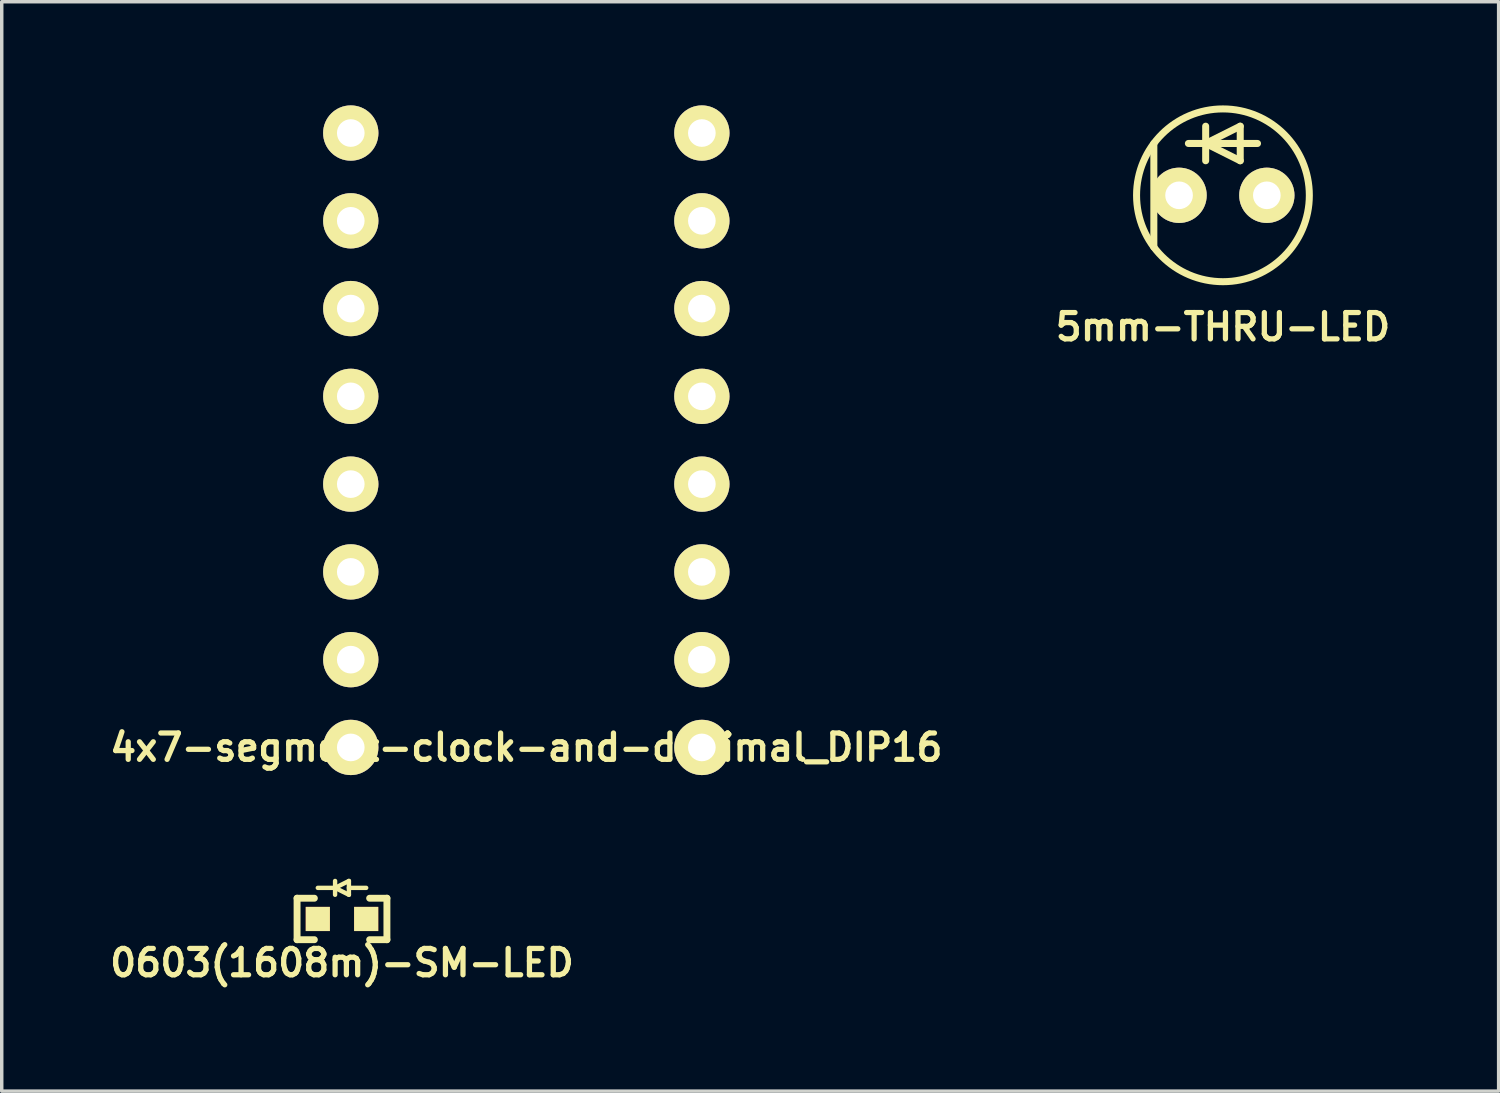
<source format=kicad_pcb>
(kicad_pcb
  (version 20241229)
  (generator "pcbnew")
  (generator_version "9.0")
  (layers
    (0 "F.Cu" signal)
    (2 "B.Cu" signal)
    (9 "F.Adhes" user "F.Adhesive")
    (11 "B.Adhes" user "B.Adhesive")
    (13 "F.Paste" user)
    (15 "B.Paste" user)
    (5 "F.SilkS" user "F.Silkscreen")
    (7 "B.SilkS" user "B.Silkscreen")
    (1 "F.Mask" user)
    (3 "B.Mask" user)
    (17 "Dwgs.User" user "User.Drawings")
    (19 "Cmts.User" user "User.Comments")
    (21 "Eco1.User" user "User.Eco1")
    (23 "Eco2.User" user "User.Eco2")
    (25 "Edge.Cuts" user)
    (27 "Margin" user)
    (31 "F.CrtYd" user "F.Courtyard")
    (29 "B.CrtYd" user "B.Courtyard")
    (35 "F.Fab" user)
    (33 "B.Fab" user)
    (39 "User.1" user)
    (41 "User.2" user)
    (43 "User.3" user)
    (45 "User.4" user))
  (footprint "4x7-segment-clock-and-decimal_DIP16"
    (layer "F.Cu")
    (at 12.181 9.69)
    (property "Reference" "4x7-segment-clock-and-decimal_DIP16" (at 0 8.89 0) (layer "F.SilkS") (effects (font (size 0.762 0.762) (thickness 0.152))))
    (attr through_hole)
    (pad "1" thru_hole circle (at -5.08 -8.89) (size 1.6 1.6) (drill 0.8) (layers "*.Cu" "*.Mask" "F.SilkS"))
    (pad "2" thru_hole circle (at -5.08 -6.35) (size 1.6 1.6) (drill 0.8) (layers "*.Cu" "*.Mask" "F.SilkS"))
    (pad "3" thru_hole circle (at -5.08 -3.81) (size 1.6 1.6) (drill 0.8) (layers "*.Cu" "*.Mask" "F.SilkS"))
    (pad "4" thru_hole circle (at -5.08 -1.27) (size 1.6 1.6) (drill 0.8) (layers "*.Cu" "*.Mask" "F.SilkS"))
    (pad "5" thru_hole circle (at -5.08 1.27) (size 1.6 1.6) (drill 0.8) (layers "*.Cu" "*.Mask" "F.SilkS"))
    (pad "6" thru_hole circle (at -5.08 3.81) (size 1.6 1.6) (drill 0.8) (layers "*.Cu" "*.Mask" "F.SilkS"))
    (pad "7" thru_hole circle (at -5.08 6.35) (size 1.6 1.6) (drill 0.8) (layers "*.Cu" "*.Mask" "F.SilkS"))
    (pad "8" thru_hole circle (at -5.08 8.89) (size 1.6 1.6) (drill 0.8) (layers "*.Cu" "*.Mask" "F.SilkS"))
    (pad "9" thru_hole circle (at 5.08 8.89) (size 1.6 1.6) (drill 0.8) (layers "*.Cu" "*.Mask" "F.SilkS"))
    (pad "10" thru_hole circle (at 5.08 6.35) (size 1.6 1.6) (drill 0.8) (layers "*.Cu" "*.Mask" "F.SilkS"))
    (pad "11" thru_hole circle (at 5.08 3.81) (size 1.6 1.6) (drill 0.8) (layers "*.Cu" "*.Mask" "F.SilkS"))
    (pad "12" thru_hole circle (at 5.08 1.27) (size 1.6 1.6) (drill 0.8) (layers "*.Cu" "*.Mask" "F.SilkS"))
    (pad "13" thru_hole circle (at 5.08 -1.27) (size 1.6 1.6) (drill 0.8) (layers "*.Cu" "*.Mask" "F.SilkS"))
    (pad "14" thru_hole circle (at 5.08 -3.81) (size 1.6 1.6) (drill 0.8) (layers "*.Cu" "*.Mask" "F.SilkS"))
    (pad "15" thru_hole circle (at 5.08 -6.35) (size 1.6 1.6) (drill 0.8) (layers "*.Cu" "*.Mask" "F.SilkS"))
    (pad "16" thru_hole circle (at 5.08 -8.89) (size 1.6 1.6) (drill 0.8) (layers "*.Cu" "*.Mask" "F.SilkS")))
  (footprint "5mm-THRU-LED"
    (layer "F.Cu")
    (at 32.341 2.602)
    (property "Reference" "5mm-THRU-LED" (at 0 3.81 0) (layer "F.SilkS") (effects (font (size 0.762 0.762) (thickness 0.152))))
    (attr through_hole)
    (fp_line (start -2 -1.5) (end -2 1.5) (stroke (width 0.203) (type solid)) (layer "F.SilkS"))
    (fp_line (start -0.5 -1.5) (end 0.5 -2) (stroke (width 0.203) (type solid)) (layer "F.SilkS"))
    (fp_line (start -0.5 -1) (end -0.5 -2) (stroke (width 0.203) (type solid)) (layer "F.SilkS"))
    (fp_line (start 0.5 -2) (end 0.5 -1) (stroke (width 0.203) (type solid)) (layer "F.SilkS"))
    (fp_line (start 0.5 -1) (end -0.5 -1.5) (stroke (width 0.203) (type solid)) (layer "F.SilkS"))
    (fp_line (start 1 -1.5) (end -1 -1.5) (stroke (width 0.203) (type solid)) (layer "F.SilkS"))
    (fp_circle (center 0 0) (end -2.5 0) (stroke (width 0.203) (type solid)) (fill no) (layer "F.SilkS"))
    (pad "1" thru_hole circle (at -1.27 0 180) (size 1.6 1.6) (drill 0.8) (layers "*.Cu" "*.Mask" "F.SilkS"))
    (pad "2" thru_hole circle (at 1.27 0 180) (size 1.6 1.6) (drill 0.8) (layers "*.Cu" "*.Mask" "F.SilkS")))
  (footprint "0603(1608m)-SM-LED"
    (layer "F.Cu")
    (at 6.847 23.544)
    (property "Reference" "0603(1608m)-SM-LED" (at 0 1.27 0) (layer "F.SilkS") (effects (font (size 0.762 0.762) (thickness 0.152))))
    (attr smd)
    (fp_line (start -1.3 -0.6) (end -0.8 -0.6) (stroke (width 0.2) (type solid)) (layer "F.SilkS"))
    (fp_line (start -1.3 0.6) (end -1.3 -0.6) (stroke (width 0.2) (type solid)) (layer "F.SilkS"))
    (fp_line (start -1.3 0.6) (end -0.8 0.6) (stroke (width 0.2) (type solid)) (layer "F.SilkS"))
    (fp_line (start -0.2 -0.9) (end -0.7 -0.9) (stroke (width 0.127) (type solid)) (layer "F.SilkS"))
    (fp_line (start -0.2 -0.9) (end 0.2 -1.1) (stroke (width 0.127) (type solid)) (layer "F.SilkS"))
    (fp_line (start -0.2 -0.7) (end -0.2 -1.1) (stroke (width 0.127) (type solid)) (layer "F.SilkS"))
    (fp_line (start 0.2 -1.1) (end 0.2 -0.7) (stroke (width 0.127) (type solid)) (layer "F.SilkS"))
    (fp_line (start 0.2 -0.9) (end 0.7 -0.9) (stroke (width 0.127) (type solid)) (layer "F.SilkS"))
    (fp_line (start 0.2 -0.7) (end -0.2 -0.9) (stroke (width 0.127) (type solid)) (layer "F.SilkS"))
    (fp_line (start 1.3 -0.6) (end 0.8 -0.6) (stroke (width 0.2) (type solid)) (layer "F.SilkS"))
    (fp_line (start 1.3 -0.6) (end 1.3 0.6) (stroke (width 0.2) (type solid)) (layer "F.SilkS"))
    (fp_line (start 1.3 0.6) (end 0.8 0.6) (stroke (width 0.2) (type solid)) (layer "F.SilkS"))
    (pad "1" smd rect (at -0.7 0) (size 0.7 0.7) (layers "F.Cu" "F.Mask" "F.SilkS" "F.Paste"))
    (pad "2" smd rect (at 0.7 0) (size 0.7 0.7) (layers "F.Cu" "F.Mask" "F.SilkS" "F.Paste")))
  (gr_rect
    (start -3 -3)
    (end 40.319 28.527)
    (stroke (width 0.1) (type default))
    (fill no)
    (layer "Edge.Cuts")))
</source>
